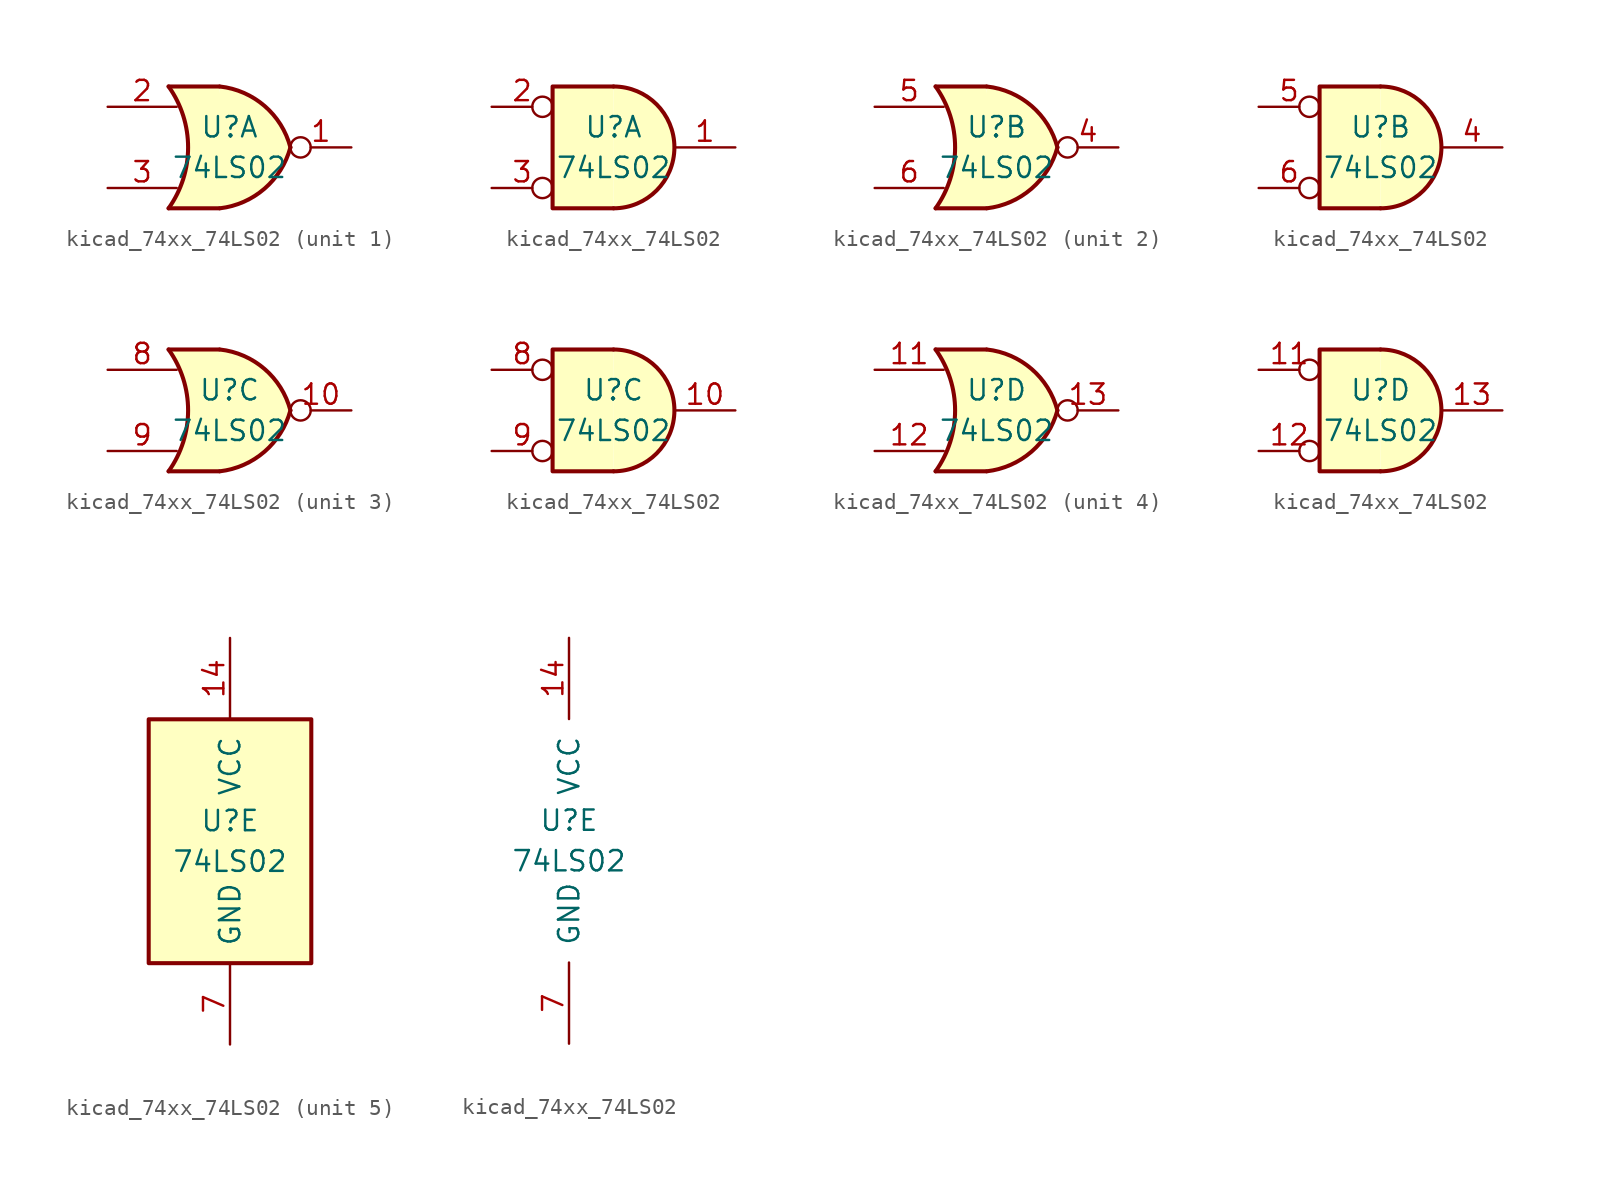
<source format=kicad_sym>
(kicad_symbol_lib
  (version 20220914)
  (generator kicad_symbol_editor)
  (symbol "kicad_74xx_74LS02"
    (pin_names
      (offset 1.016))
    (property "Reference" "U"
      (at 0 1.27 0)
      (effects (font (size 1.27 1.27))))
    (property "Value" "74LS02"
      (at 0 -1.27 0)
      (effects (font (size 1.27 1.27))))
    (property "ki_locked" ""
      (at 0 0 0)
      (effects (font (size 1.27 1.27))))
    (symbol "kicad_74xx_74LS02_1_1"
      (arc (start -3.81 -3.81) (mid -2.589 0) (end -3.81 3.81) (stroke (width 0.254) (type default)) (fill (type none)))
      (arc (start -0.6096 -3.81) (mid 2.1842 -2.5851) (end 3.81 0) (stroke (width 0.254) (type default)) (fill (type background)))
      (polyline (pts (xy -3.81 -3.81) (xy -0.635 -3.81)) (stroke (width 0.254) (type default)) (fill (type background)))
      (polyline (pts (xy -3.81 3.81) (xy -0.635 3.81)) (stroke (width 0.254) (type default)) (fill (type background)))
      (polyline (pts (xy -0.635 3.81) (xy -3.81 3.81) (xy -3.81 3.81) (xy -3.556 3.404) (xy -3.023 2.261) (xy -2.692 1.041) (xy -2.616 -0.254) (xy -2.769 -1.499) (xy -3.175 -2.718) (xy -3.81 -3.81) (xy -3.81 -3.81) (xy -0.635 -3.81)) (stroke (width -25.4) (type default)) (fill (type background)))
      (arc (start 3.81 0) (mid 2.1915 2.5936) (end -0.6096 3.81) (stroke (width 0.254) (type default)) (fill (type background)))
      (pin output inverted (at 7.62 0 180) (length 3.81) (name "~" (effects (font (size 1.27 1.27)))) (number "1" (effects (font (size 1.27 1.27)))))
      (pin input line (at -7.62 2.54 0) (length 4.318) (name "~" (effects (font (size 1.27 1.27)))) (number "2" (effects (font (size 1.27 1.27)))))
      (pin input line (at -7.62 -2.54 0) (length 4.318) (name "~" (effects (font (size 1.27 1.27)))) (number "3" (effects (font (size 1.27 1.27))))))
    (symbol "kicad_74xx_74LS02_1_2"
      (arc (start 0 -3.81) (mid 3.7934 0) (end 0 3.81) (stroke (width 0.254) (type default)) (fill (type background)))
      (polyline (pts (xy 0 3.81) (xy -3.81 3.81) (xy -3.81 -3.81) (xy 0 -3.81)) (stroke (width 0.254) (type default)) (fill (type background)))
      (pin output line (at 7.62 0 180) (length 3.81) (name "~" (effects (font (size 1.27 1.27)))) (number "1" (effects (font (size 1.27 1.27)))))
      (pin input inverted (at -7.62 2.54 0) (length 3.81) (name "~" (effects (font (size 1.27 1.27)))) (number "2" (effects (font (size 1.27 1.27)))))
      (pin input inverted (at -7.62 -2.54 0) (length 3.81) (name "~" (effects (font (size 1.27 1.27)))) (number "3" (effects (font (size 1.27 1.27))))))
    (symbol "kicad_74xx_74LS02_2_1"
      (arc (start -3.81 -3.81) (mid -2.589 0) (end -3.81 3.81) (stroke (width 0.254) (type default)) (fill (type none)))
      (arc (start -0.6096 -3.81) (mid 2.1842 -2.5851) (end 3.81 0) (stroke (width 0.254) (type default)) (fill (type background)))
      (polyline (pts (xy -3.81 -3.81) (xy -0.635 -3.81)) (stroke (width 0.254) (type default)) (fill (type background)))
      (polyline (pts (xy -3.81 3.81) (xy -0.635 3.81)) (stroke (width 0.254) (type default)) (fill (type background)))
      (polyline (pts (xy -0.635 3.81) (xy -3.81 3.81) (xy -3.81 3.81) (xy -3.556 3.404) (xy -3.023 2.261) (xy -2.692 1.041) (xy -2.616 -0.254) (xy -2.769 -1.499) (xy -3.175 -2.718) (xy -3.81 -3.81) (xy -3.81 -3.81) (xy -0.635 -3.81)) (stroke (width -25.4) (type default)) (fill (type background)))
      (arc (start 3.81 0) (mid 2.1915 2.5936) (end -0.6096 3.81) (stroke (width 0.254) (type default)) (fill (type background)))
      (pin output inverted (at 7.62 0 180) (length 3.81) (name "~" (effects (font (size 1.27 1.27)))) (number "4" (effects (font (size 1.27 1.27)))))
      (pin input line (at -7.62 2.54 0) (length 4.318) (name "~" (effects (font (size 1.27 1.27)))) (number "5" (effects (font (size 1.27 1.27)))))
      (pin input line (at -7.62 -2.54 0) (length 4.318) (name "~" (effects (font (size 1.27 1.27)))) (number "6" (effects (font (size 1.27 1.27))))))
    (symbol "kicad_74xx_74LS02_2_2"
      (arc (start 0 -3.81) (mid 3.7934 0) (end 0 3.81) (stroke (width 0.254) (type default)) (fill (type background)))
      (polyline (pts (xy 0 3.81) (xy -3.81 3.81) (xy -3.81 -3.81) (xy 0 -3.81)) (stroke (width 0.254) (type default)) (fill (type background)))
      (pin output line (at 7.62 0 180) (length 3.81) (name "~" (effects (font (size 1.27 1.27)))) (number "4" (effects (font (size 1.27 1.27)))))
      (pin input inverted (at -7.62 2.54 0) (length 3.81) (name "~" (effects (font (size 1.27 1.27)))) (number "5" (effects (font (size 1.27 1.27)))))
      (pin input inverted (at -7.62 -2.54 0) (length 3.81) (name "~" (effects (font (size 1.27 1.27)))) (number "6" (effects (font (size 1.27 1.27))))))
    (symbol "kicad_74xx_74LS02_3_1"
      (arc (start -3.81 -3.81) (mid -2.589 0) (end -3.81 3.81) (stroke (width 0.254) (type default)) (fill (type none)))
      (arc (start -0.6096 -3.81) (mid 2.1842 -2.5851) (end 3.81 0) (stroke (width 0.254) (type default)) (fill (type background)))
      (polyline (pts (xy -3.81 -3.81) (xy -0.635 -3.81)) (stroke (width 0.254) (type default)) (fill (type background)))
      (polyline (pts (xy -3.81 3.81) (xy -0.635 3.81)) (stroke (width 0.254) (type default)) (fill (type background)))
      (polyline (pts (xy -0.635 3.81) (xy -3.81 3.81) (xy -3.81 3.81) (xy -3.556 3.404) (xy -3.023 2.261) (xy -2.692 1.041) (xy -2.616 -0.254) (xy -2.769 -1.499) (xy -3.175 -2.718) (xy -3.81 -3.81) (xy -3.81 -3.81) (xy -0.635 -3.81)) (stroke (width -25.4) (type default)) (fill (type background)))
      (arc (start 3.81 0) (mid 2.1915 2.5936) (end -0.6096 3.81) (stroke (width 0.254) (type default)) (fill (type background)))
      (pin output inverted (at 7.62 0 180) (length 3.81) (name "~" (effects (font (size 1.27 1.27)))) (number "10" (effects (font (size 1.27 1.27)))))
      (pin input line (at -7.62 2.54 0) (length 4.318) (name "~" (effects (font (size 1.27 1.27)))) (number "8" (effects (font (size 1.27 1.27)))))
      (pin input line (at -7.62 -2.54 0) (length 4.318) (name "~" (effects (font (size 1.27 1.27)))) (number "9" (effects (font (size 1.27 1.27))))))
    (symbol "kicad_74xx_74LS02_3_2"
      (arc (start 0 -3.81) (mid 3.7934 0) (end 0 3.81) (stroke (width 0.254) (type default)) (fill (type background)))
      (polyline (pts (xy 0 3.81) (xy -3.81 3.81) (xy -3.81 -3.81) (xy 0 -3.81)) (stroke (width 0.254) (type default)) (fill (type background)))
      (pin output line (at 7.62 0 180) (length 3.81) (name "~" (effects (font (size 1.27 1.27)))) (number "10" (effects (font (size 1.27 1.27)))))
      (pin input inverted (at -7.62 2.54 0) (length 3.81) (name "~" (effects (font (size 1.27 1.27)))) (number "8" (effects (font (size 1.27 1.27)))))
      (pin input inverted (at -7.62 -2.54 0) (length 3.81) (name "~" (effects (font (size 1.27 1.27)))) (number "9" (effects (font (size 1.27 1.27))))))
    (symbol "kicad_74xx_74LS02_4_1"
      (arc (start -3.81 -3.81) (mid -2.589 0) (end -3.81 3.81) (stroke (width 0.254) (type default)) (fill (type none)))
      (arc (start -0.6096 -3.81) (mid 2.1842 -2.5851) (end 3.81 0) (stroke (width 0.254) (type default)) (fill (type background)))
      (polyline (pts (xy -3.81 -3.81) (xy -0.635 -3.81)) (stroke (width 0.254) (type default)) (fill (type background)))
      (polyline (pts (xy -3.81 3.81) (xy -0.635 3.81)) (stroke (width 0.254) (type default)) (fill (type background)))
      (polyline (pts (xy -0.635 3.81) (xy -3.81 3.81) (xy -3.81 3.81) (xy -3.556 3.404) (xy -3.023 2.261) (xy -2.692 1.041) (xy -2.616 -0.254) (xy -2.769 -1.499) (xy -3.175 -2.718) (xy -3.81 -3.81) (xy -3.81 -3.81) (xy -0.635 -3.81)) (stroke (width -25.4) (type default)) (fill (type background)))
      (arc (start 3.81 0) (mid 2.1915 2.5936) (end -0.6096 3.81) (stroke (width 0.254) (type default)) (fill (type background)))
      (pin input line (at -7.62 2.54 0) (length 4.318) (name "~" (effects (font (size 1.27 1.27)))) (number "11" (effects (font (size 1.27 1.27)))))
      (pin input line (at -7.62 -2.54 0) (length 4.318) (name "~" (effects (font (size 1.27 1.27)))) (number "12" (effects (font (size 1.27 1.27)))))
      (pin output inverted (at 7.62 0 180) (length 3.81) (name "~" (effects (font (size 1.27 1.27)))) (number "13" (effects (font (size 1.27 1.27))))))
    (symbol "kicad_74xx_74LS02_4_2"
      (arc (start 0 -3.81) (mid 3.7934 0) (end 0 3.81) (stroke (width 0.254) (type default)) (fill (type background)))
      (polyline (pts (xy 0 3.81) (xy -3.81 3.81) (xy -3.81 -3.81) (xy 0 -3.81)) (stroke (width 0.254) (type default)) (fill (type background)))
      (pin input inverted (at -7.62 2.54 0) (length 3.81) (name "~" (effects (font (size 1.27 1.27)))) (number "11" (effects (font (size 1.27 1.27)))))
      (pin input inverted (at -7.62 -2.54 0) (length 3.81) (name "~" (effects (font (size 1.27 1.27)))) (number "12" (effects (font (size 1.27 1.27)))))
      (pin output line (at 7.62 0 180) (length 3.81) (name "~" (effects (font (size 1.27 1.27)))) (number "13" (effects (font (size 1.27 1.27))))))
    (symbol "kicad_74xx_74LS02_5_0"
      (pin power_in line (at 0 12.7 270) (length 5.08) (name "VCC" (effects (font (size 1.27 1.27)))) (number "14" (effects (font (size 1.27 1.27)))))
      (pin power_in line (at 0 -12.7 90) (length 5.08) (name "GND" (effects (font (size 1.27 1.27)))) (number "7" (effects (font (size 1.27 1.27))))))
    (symbol "kicad_74xx_74LS02_5_1"
      (rectangle (start -5.08 7.62) (end 5.08 -7.62) (stroke (width 0.254) (type default)) (fill (type background))))))
</source>
